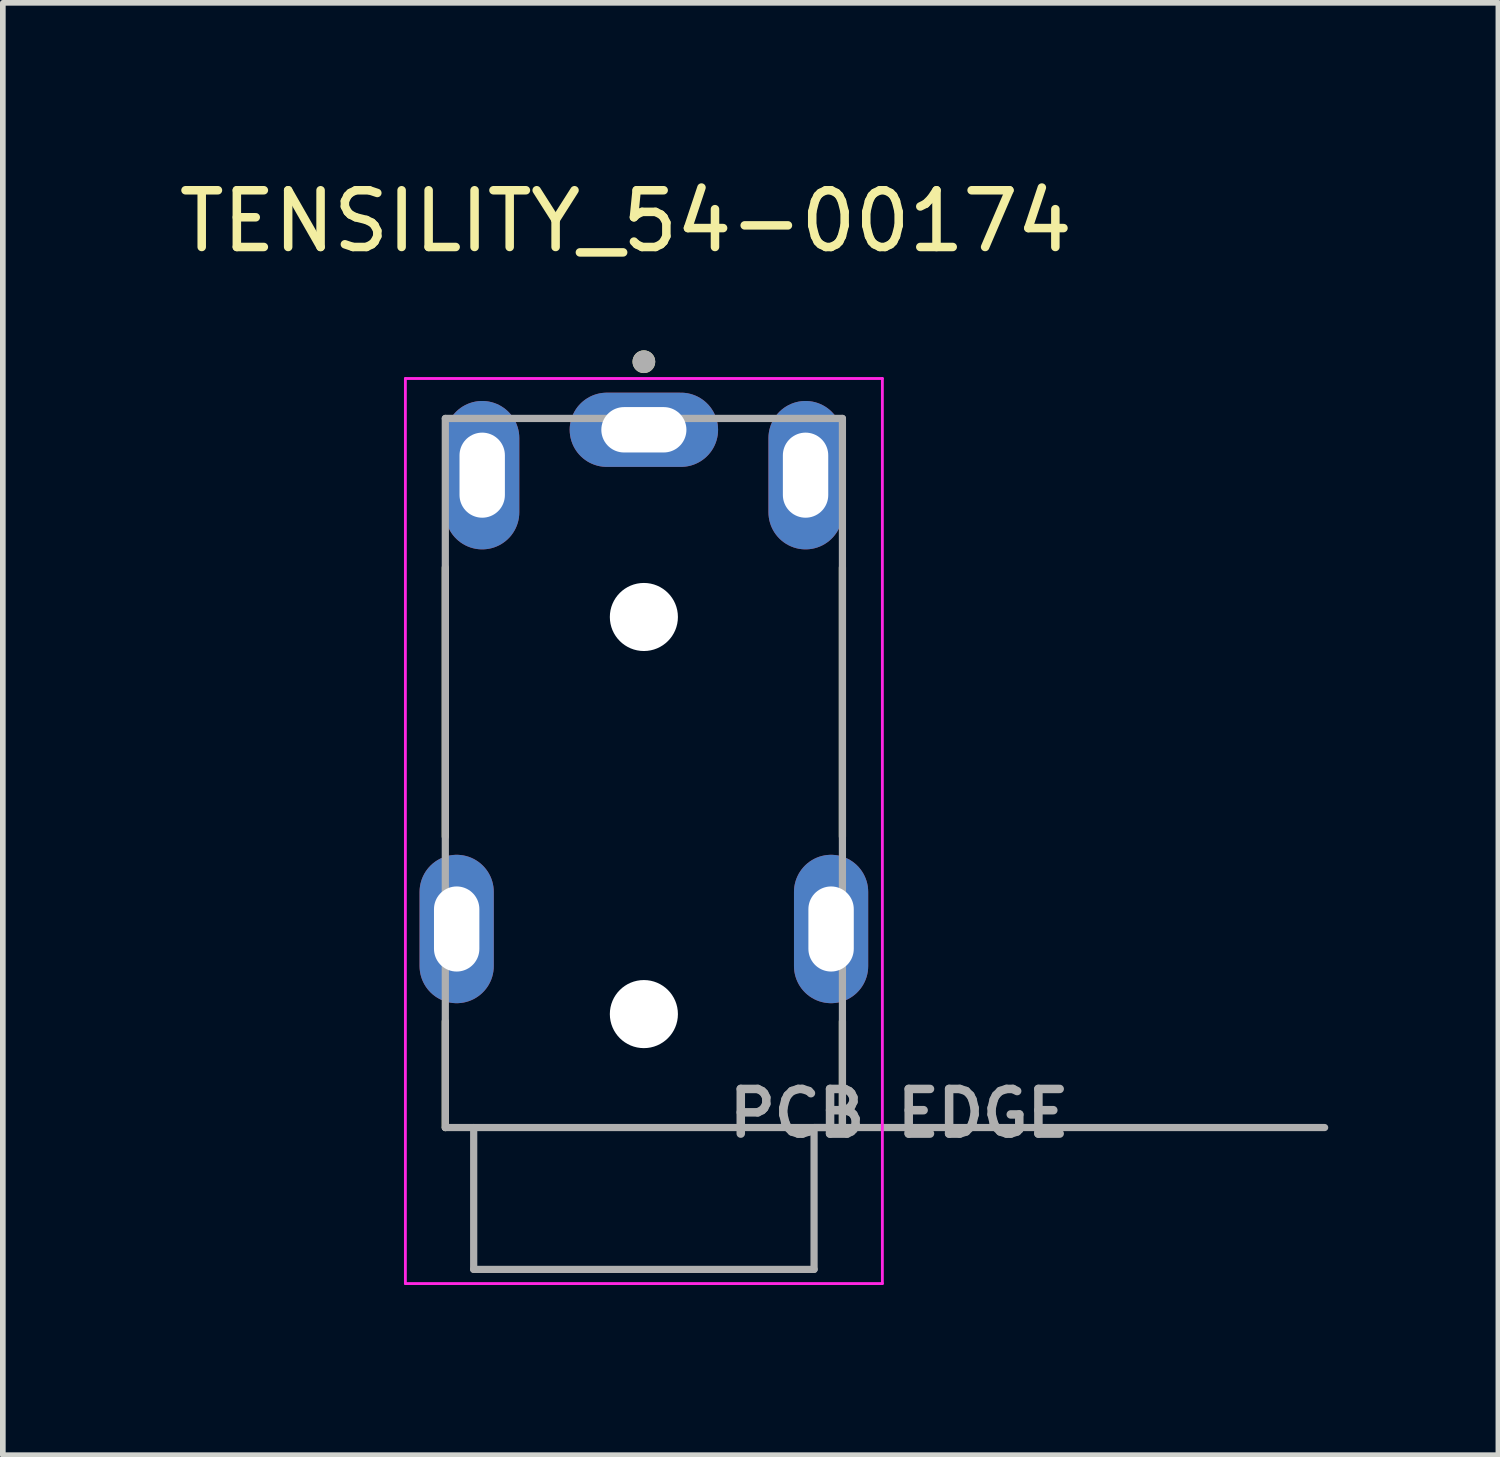
<source format=kicad_pcb>
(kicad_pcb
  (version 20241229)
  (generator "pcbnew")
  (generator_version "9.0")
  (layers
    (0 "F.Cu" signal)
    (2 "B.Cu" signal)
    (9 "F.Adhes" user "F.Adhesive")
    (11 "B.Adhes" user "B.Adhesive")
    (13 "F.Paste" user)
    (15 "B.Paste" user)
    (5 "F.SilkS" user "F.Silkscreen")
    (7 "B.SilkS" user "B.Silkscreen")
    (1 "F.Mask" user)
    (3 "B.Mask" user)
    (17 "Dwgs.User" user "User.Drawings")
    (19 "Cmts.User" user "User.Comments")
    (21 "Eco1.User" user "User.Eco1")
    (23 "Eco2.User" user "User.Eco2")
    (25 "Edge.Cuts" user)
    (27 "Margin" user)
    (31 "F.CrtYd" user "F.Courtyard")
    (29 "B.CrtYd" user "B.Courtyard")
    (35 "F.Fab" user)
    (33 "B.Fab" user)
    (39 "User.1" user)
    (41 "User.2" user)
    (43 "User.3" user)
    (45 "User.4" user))
  (footprint "TENSILITY_54-00174"
    (layer "F.Cu")
    (at 8.3 11.326)
    (property "Reference" "TENSILITY_54-00174" (at -0.318 -10.477 0) (layer "F.SilkS") (effects (font (size 1 1) (thickness 0.15))))
    (attr through_hole)
    (fp_line (start -3.5 -4.372) (end -3.5 0.372) (stroke (width 0.127) (type solid)) (layer "F.SilkS"))
    (fp_line (start -3.5 5.5) (end -3.5 3.628) (stroke (width 0.127) (type solid)) (layer "F.SilkS"))
    (fp_line (start 3.5 -4.372) (end 3.5 0.372) (stroke (width 0.127) (type solid)) (layer "F.SilkS"))
    (fp_line (start 3.5 5.5) (end 3.5 3.628) (stroke (width 0.127) (type solid)) (layer "F.SilkS"))
    (fp_circle (center 0 -8) (end 0.1 -8) (stroke (width 0.2) (type solid)) (fill no) (layer "F.SilkS"))
    (fp_line (start -4.204 -7.704) (end -4.204 8.25) (stroke (width 0.05) (type solid)) (layer "F.CrtYd"))
    (fp_line (start -4.204 8.25) (end 4.204 8.25) (stroke (width 0.05) (type solid)) (layer "F.CrtYd"))
    (fp_line (start 4.204 -7.704) (end -4.204 -7.704) (stroke (width 0.05) (type solid)) (layer "F.CrtYd"))
    (fp_line (start 4.204 8.25) (end 4.204 -7.704) (stroke (width 0.05) (type solid)) (layer "F.CrtYd"))
    (fp_line (start -3.5 -7) (end -3.5 5.5) (stroke (width 0.127) (type solid)) (layer "F.Fab"))
    (fp_line (start -3.5 -7) (end 3.5 -7) (stroke (width 0.127) (type solid)) (layer "F.Fab"))
    (fp_line (start -3.5 5.5) (end -3 5.5) (stroke (width 0.127) (type solid)) (layer "F.Fab"))
    (fp_line (start -3 5.5) (end -3 8) (stroke (width 0.127) (type solid)) (layer "F.Fab"))
    (fp_line (start -3 5.5) (end 12 5.5) (stroke (width 0.127) (type solid)) (layer "F.Fab"))
    (fp_line (start -3 8) (end 3 8) (stroke (width 0.127) (type solid)) (layer "F.Fab"))
    (fp_line (start 3 5.5) (end 3 8) (stroke (width 0.127) (type solid)) (layer "F.Fab"))
    (fp_line (start 3 5.5) (end 3.5 5.5) (stroke (width 0.127) (type solid)) (layer "F.Fab"))
    (fp_line (start 3.5 -7) (end 3.5 5.5) (stroke (width 0.127) (type solid)) (layer "F.Fab"))
    (fp_circle (center 0 -8) (end 0.1 -8) (stroke (width 0.2) (type solid)) (fill no) (layer "F.Fab"))
    (fp_text user "PCB EDGE" (at 4.5 5.25 0) (layer "F.Fab") (effects (font (size 0.787 0.787) (thickness 0.15))))
    (pad "" np_thru_hole circle (at 0 -3.5) (size 1.2 1.2) (drill 1.2) (layers "*.Cu" "*.Mask"))
    (pad "" np_thru_hole circle (at 0 3.5) (size 1.2 1.2) (drill 1.2) (layers "*.Cu" "*.Mask"))
    (pad "1" thru_hole oval (at 0 -6.8) (size 2.616 1.308) (drill oval 1.5 0.8) (layers "*.Cu" "*.Mask"))
    (pad "2" thru_hole oval (at -2.85 -6) (size 1.308 2.616) (drill oval 0.8 1.5) (layers "*.Cu" "*.Mask"))
    (pad "3" thru_hole oval (at 2.85 -6) (size 1.308 2.616) (drill oval 0.8 1.5) (layers "*.Cu" "*.Mask"))
    (pad "4_1" thru_hole oval (at -3.3 2) (size 1.308 2.616) (drill oval 0.8 1.5) (layers "*.Cu" "*.Mask"))
    (pad "4_2" thru_hole oval (at 3.3 2) (size 1.308 2.616) (drill oval 0.8 1.5) (layers "*.Cu" "*.Mask")))
  (gr_rect
    (start -3 -3)
    (end 23.363 22.601)
    (stroke (width 0.1) (type default))
    (fill no)
    (layer "Edge.Cuts")))
</source>
